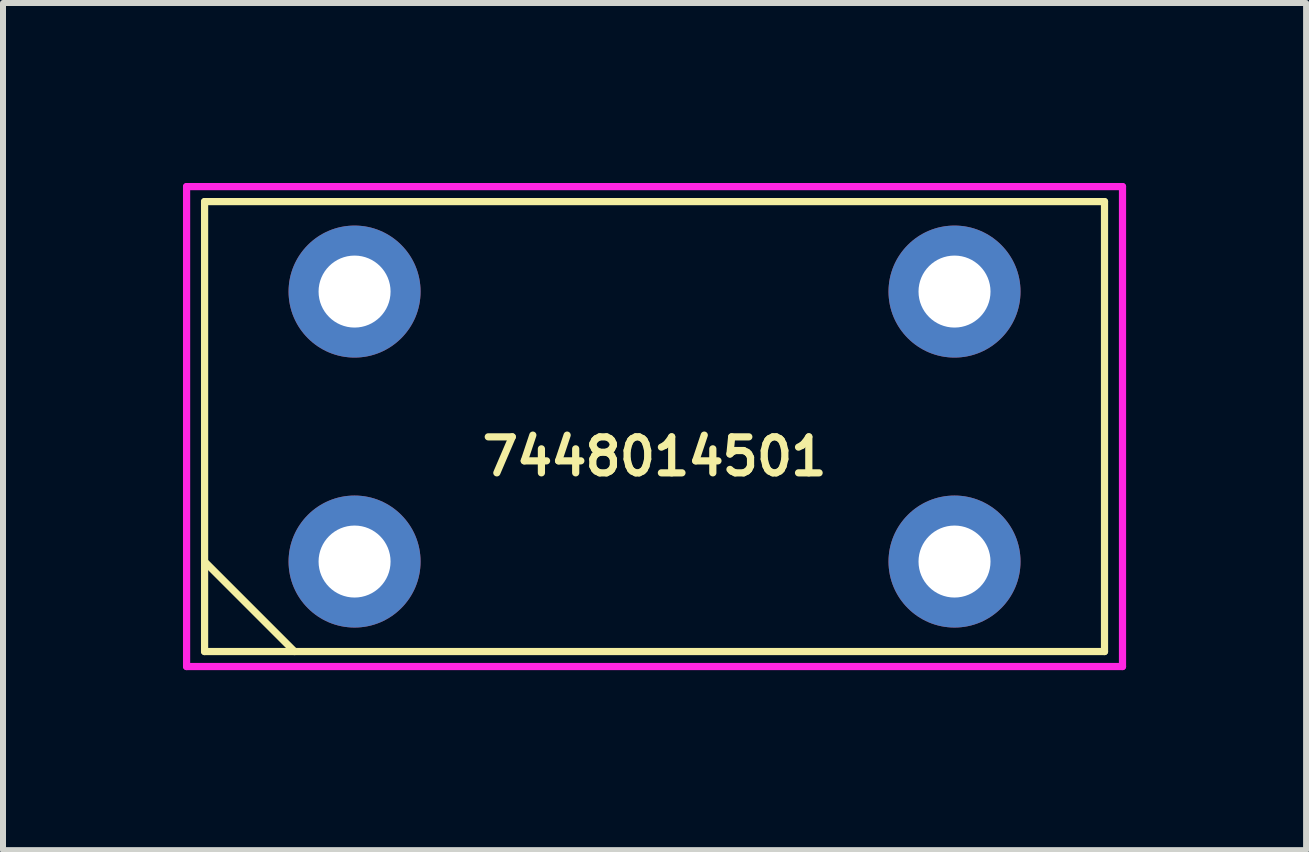
<source format=kicad_pcb>
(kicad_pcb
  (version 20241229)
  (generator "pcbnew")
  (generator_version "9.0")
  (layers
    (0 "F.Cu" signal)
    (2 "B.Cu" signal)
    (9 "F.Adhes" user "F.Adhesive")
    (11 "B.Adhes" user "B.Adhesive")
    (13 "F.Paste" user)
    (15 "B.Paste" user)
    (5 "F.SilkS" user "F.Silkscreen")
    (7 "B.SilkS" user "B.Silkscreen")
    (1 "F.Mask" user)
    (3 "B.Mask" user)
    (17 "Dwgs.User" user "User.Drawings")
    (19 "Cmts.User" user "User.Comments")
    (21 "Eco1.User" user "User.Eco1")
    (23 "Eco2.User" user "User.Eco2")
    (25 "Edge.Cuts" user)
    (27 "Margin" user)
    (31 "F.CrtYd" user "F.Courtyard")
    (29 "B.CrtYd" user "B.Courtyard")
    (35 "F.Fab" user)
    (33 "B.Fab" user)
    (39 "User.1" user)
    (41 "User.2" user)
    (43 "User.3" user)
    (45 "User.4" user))
  (footprint "7448014501"
    (layer "F.Cu")
    (at 7.86 4.06)
    (property "Reference" "7448014501" (at 0 0.5 0) (layer "F.SilkS") (effects (font (size 0.6 0.6) (thickness 0.12))))
    (attr through_hole)
    (fp_line (start -7.5 -3.75) (end 7.5 -3.75) (stroke (width 0.12) (type solid)) (layer "F.SilkS"))
    (fp_line (start -7.5 2.25) (end -6 3.75) (stroke (width 0.12) (type solid)) (layer "F.SilkS"))
    (fp_line (start -7.5 3.75) (end -7.5 -3.75) (stroke (width 0.12) (type solid)) (layer "F.SilkS"))
    (fp_line (start 7.5 -3.75) (end 7.5 3.75) (stroke (width 0.12) (type solid)) (layer "F.SilkS"))
    (fp_line (start 7.5 3.75) (end -7.5 3.75) (stroke (width 0.12) (type solid)) (layer "F.SilkS"))
    (fp_line (start -7.8 -4) (end 7.8 -4) (stroke (width 0.12) (type solid)) (layer "F.CrtYd"))
    (fp_line (start -7.8 4) (end -7.8 -4) (stroke (width 0.12) (type solid)) (layer "F.CrtYd"))
    (fp_line (start 7.8 -4) (end 7.8 4) (stroke (width 0.12) (type solid)) (layer "F.CrtYd"))
    (fp_line (start 7.8 4) (end -7.8 4) (stroke (width 0.12) (type solid)) (layer "F.CrtYd"))
    (pad "1" thru_hole circle (at -5 2.25) (size 2.2 2.2) (drill 1.2) (layers "*.Cu" "*.Mask"))
    (pad "2" thru_hole circle (at 5 2.25) (size 2.2 2.2) (drill 1.2) (layers "*.Cu" "*.Mask"))
    (pad "3" thru_hole circle (at 5 -2.25) (size 2.2 2.2) (drill 1.2) (layers "*.Cu" "*.Mask"))
    (pad "4" thru_hole circle (at -5 -2.25) (size 2.2 2.2) (drill 1.2) (layers "*.Cu" "*.Mask")))
  (gr_rect
    (start -3 -3)
    (end 18.72 11.12)
    (stroke (width 0.1) (type default))
    (fill no)
    (layer "Edge.Cuts")))
</source>
